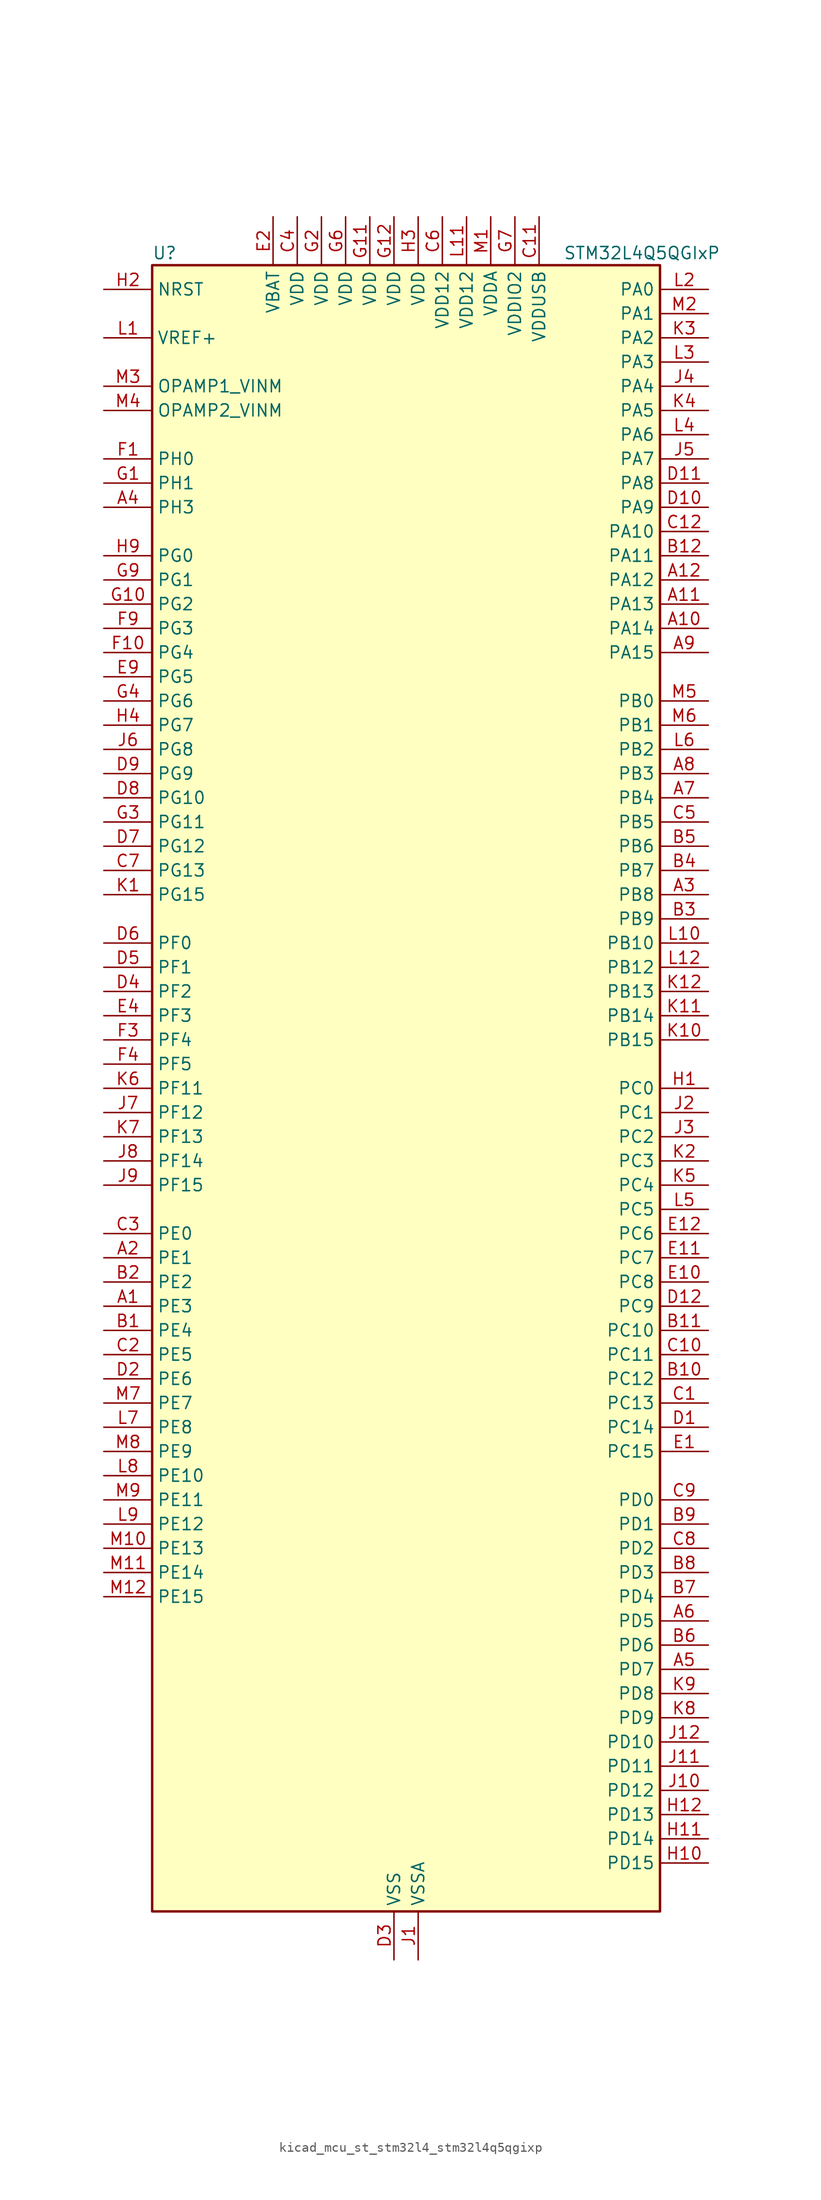
<source format=kicad_sym>
(kicad_symbol_lib
  (version 20220914)
  (generator kicad_symbol_editor)
  (symbol "kicad_mcu_st_stm32l4_stm32l4q5qgixp"
    (property "Reference" "U"
      (at -25.4 87.63 0)
      (effects (font (size 1.27 1.27)) (justify left)))
    (property "Value" "STM32L4Q5QGIxP"
      (at 17.78 87.63 0)
      (effects (font (size 1.27 1.27)) (justify left)))
    (property "ki_locked" ""
      (at 0 0 0)
      (effects (font (size 1.27 1.27))))
    (symbol "kicad_mcu_st_stm32l4_stm32l4q5qgixp_0_1"
      (rectangle (start -25.4 -86.36) (end 27.94 86.36) (stroke (width 0.254) (type default)) (fill (type background))))
    (symbol "kicad_mcu_st_stm32l4_stm32l4q5qgixp_1_1"
      (pin bidirectional line (at -30.48 -22.86 0) (length 5.08) (name "PE3" (effects (font (size 1.27 1.27)))) (number "A1" (effects (font (size 1.27 1.27)))) (alternate "FMC_A19" bidirectional line) (alternate "LTDC_R6" bidirectional line) (alternate "OCTOSPIM_P1_DQS" bidirectional line) (alternate "SAI1_SD_B" bidirectional line) (alternate "SYS_TRACED0" bidirectional line) (alternate "TIM3_CH1" bidirectional line) (alternate "TSC_G7_IO2" bidirectional line))
      (pin bidirectional line (at 33.02 48.26 180) (length 5.08) (name "PA14" (effects (font (size 1.27 1.27)))) (number "A10" (effects (font (size 1.27 1.27)))) (alternate "I2C1_SMBA" bidirectional line) (alternate "I2C4_SMBA" bidirectional line) (alternate "LPTIM1_OUT" bidirectional line) (alternate "SAI1_FS_B" bidirectional line) (alternate "SYS_JTCK-SWCLK" bidirectional line) (alternate "USB_OTG_FS_SOF" bidirectional line))
      (pin bidirectional line (at 33.02 50.8 180) (length 5.08) (name "PA13" (effects (font (size 1.27 1.27)))) (number "A11" (effects (font (size 1.27 1.27)))) (alternate "IR_OUT" bidirectional line) (alternate "SAI1_SD_B" bidirectional line) (alternate "SYS_JTMS-SWDIO" bidirectional line) (alternate "USB_OTG_FS_NOE" bidirectional line))
      (pin bidirectional line (at 33.02 53.34 180) (length 5.08) (name "PA12" (effects (font (size 1.27 1.27)))) (number "A12" (effects (font (size 1.27 1.27)))) (alternate "CAN1_TX" bidirectional line) (alternate "LTDC_VSYNC" bidirectional line) (alternate "OCTOSPIM_P2_NCS" bidirectional line) (alternate "SPI1_MOSI" bidirectional line) (alternate "TIM1_ETR" bidirectional line) (alternate "USART1_DE" bidirectional line) (alternate "USART1_RTS" bidirectional line) (alternate "USB_OTG_FS_DP" bidirectional line))
      (pin bidirectional line (at -30.48 -17.78 0) (length 5.08) (name "PE1" (effects (font (size 1.27 1.27)))) (number "A2" (effects (font (size 1.27 1.27)))) (alternate "DCMI_D3" bidirectional line) (alternate "FMC_NBL1" bidirectional line) (alternate "LTDC_VSYNC" bidirectional line) (alternate "PSSI_D3" bidirectional line) (alternate "TIM17_CH1" bidirectional line))
      (pin bidirectional line (at 33.02 20.32 180) (length 5.08) (name "PB8" (effects (font (size 1.27 1.27)))) (number "A3" (effects (font (size 1.27 1.27)))) (alternate "CAN1_RX" bidirectional line) (alternate "DCMI_D6" bidirectional line) (alternate "DFSDM1_CKOUT" bidirectional line) (alternate "I2C1_SCL" bidirectional line) (alternate "LTDC_DE" bidirectional line) (alternate "PSSI_D6" bidirectional line) (alternate "SAI1_CK1" bidirectional line) (alternate "SAI1_MCLK_A" bidirectional line) (alternate "SDMMC1_CKIN" bidirectional line) (alternate "SDMMC1_D4" bidirectional line) (alternate "SDMMC2_D4" bidirectional line) (alternate "TIM16_CH1" bidirectional line) (alternate "TIM4_CH3" bidirectional line))
      (pin bidirectional line (at -30.48 60.96 0) (length 5.08) (name "PH3" (effects (font (size 1.27 1.27)))) (number "A4" (effects (font (size 1.27 1.27)))))
      (pin bidirectional line (at 33.02 -60.96 180) (length 5.08) (name "PD7" (effects (font (size 1.27 1.27)))) (number "A5" (effects (font (size 1.27 1.27)))) (alternate "DFSDM1_CKIN1" bidirectional line) (alternate "FMC_NCE" bidirectional line) (alternate "FMC_NE1" bidirectional line) (alternate "OCTOSPIM_P1_IO7" bidirectional line) (alternate "SDMMC2_CMD" bidirectional line) (alternate "USART2_CK" bidirectional line))
      (pin bidirectional line (at 33.02 -55.88 180) (length 5.08) (name "PD5" (effects (font (size 1.27 1.27)))) (number "A6" (effects (font (size 1.27 1.27)))) (alternate "FMC_NWE" bidirectional line) (alternate "OCTOSPIM_P1_IO5" bidirectional line) (alternate "USART2_TX" bidirectional line))
      (pin bidirectional line (at 33.02 30.48 180) (length 5.08) (name "PB4" (effects (font (size 1.27 1.27)))) (number "A7" (effects (font (size 1.27 1.27)))) (alternate "COMP2_INP" bidirectional line) (alternate "DCMI_D12" bidirectional line) (alternate "I2C3_SDA" bidirectional line) (alternate "OCTOSPIM_P1_IO5" bidirectional line) (alternate "PSSI_D12" bidirectional line) (alternate "SAI1_MCLK_B" bidirectional line) (alternate "SDMMC2_D3" bidirectional line) (alternate "SPI1_MISO" bidirectional line) (alternate "SPI3_MISO" bidirectional line) (alternate "SYS_JTRST" bidirectional line) (alternate "TIM17_BKIN" bidirectional line) (alternate "TIM3_CH1" bidirectional line) (alternate "TSC_G2_IO1" bidirectional line) (alternate "UART5_DE" bidirectional line) (alternate "UART5_RTS" bidirectional line) (alternate "USART1_CTS" bidirectional line) (alternate "USART1_NSS" bidirectional line))
      (pin bidirectional line (at 33.02 33.02 180) (length 5.08) (name "PB3" (effects (font (size 1.27 1.27)))) (number "A8" (effects (font (size 1.27 1.27)))) (alternate "COMP2_INM" bidirectional line) (alternate "CRS_SYNC" bidirectional line) (alternate "OCTOSPIM_P1_IO4" bidirectional line) (alternate "SAI1_SCK_B" bidirectional line) (alternate "SDMMC2_D2" bidirectional line) (alternate "SPI1_SCK" bidirectional line) (alternate "SPI3_SCK" bidirectional line) (alternate "SYS_JTDO-SWO" bidirectional line) (alternate "TIM2_CH2" bidirectional line) (alternate "USART1_DE" bidirectional line) (alternate "USART1_RTS" bidirectional line))
      (pin bidirectional line (at 33.02 45.72 180) (length 5.08) (name "PA15" (effects (font (size 1.27 1.27)))) (number "A9" (effects (font (size 1.27 1.27)))) (alternate "ADC1_EXTI15" bidirectional line) (alternate "ADC2_EXTI15" bidirectional line) (alternate "LTDC_HSYNC" bidirectional line) (alternate "SAI2_FS_B" bidirectional line) (alternate "SPI1_NSS" bidirectional line) (alternate "SPI3_NSS" bidirectional line) (alternate "SYS_JTDI" bidirectional line) (alternate "TIM2_CH1" bidirectional line) (alternate "TIM2_ETR" bidirectional line) (alternate "TSC_G3_IO1" bidirectional line) (alternate "UART4_DE" bidirectional line) (alternate "UART4_RTS" bidirectional line) (alternate "USART2_RX" bidirectional line) (alternate "USART3_DE" bidirectional line) (alternate "USART3_RTS" bidirectional line))
      (pin bidirectional line (at -30.48 -25.4 0) (length 5.08) (name "PE4" (effects (font (size 1.27 1.27)))) (number "B1" (effects (font (size 1.27 1.27)))) (alternate "DCMI_D4" bidirectional line) (alternate "DFSDM1_DATIN3" bidirectional line) (alternate "FMC_A20" bidirectional line) (alternate "LTDC_B7" bidirectional line) (alternate "PSSI_D4" bidirectional line) (alternate "SAI1_D2" bidirectional line) (alternate "SAI1_FS_A" bidirectional line) (alternate "SYS_TRACED1" bidirectional line) (alternate "TIM3_CH2" bidirectional line) (alternate "TSC_G7_IO3" bidirectional line))
      (pin bidirectional line (at 33.02 -30.48 180) (length 5.08) (name "PC12" (effects (font (size 1.27 1.27)))) (number "B10" (effects (font (size 1.27 1.27)))) (alternate "DCMI_D9" bidirectional line) (alternate "LTDC_R6" bidirectional line) (alternate "PSSI_D9" bidirectional line) (alternate "SAI2_SD_B" bidirectional line) (alternate "SDMMC1_CK" bidirectional line) (alternate "SPI3_MOSI" bidirectional line) (alternate "SYS_TRACED3" bidirectional line) (alternate "TSC_G3_IO4" bidirectional line) (alternate "UART5_TX" bidirectional line) (alternate "USART3_CK" bidirectional line))
      (pin bidirectional line (at 33.02 -25.4 180) (length 5.08) (name "PC10" (effects (font (size 1.27 1.27)))) (number "B11" (effects (font (size 1.27 1.27)))) (alternate "DCMI_D8" bidirectional line) (alternate "DCMI_VSYNC" bidirectional line) (alternate "PSSI_D8" bidirectional line) (alternate "PSSI_RDY" bidirectional line) (alternate "SAI2_SCK_B" bidirectional line) (alternate "SDMMC1_D2" bidirectional line) (alternate "SPI3_SCK" bidirectional line) (alternate "SYS_TRACED1" bidirectional line) (alternate "TSC_G3_IO2" bidirectional line) (alternate "UART4_TX" bidirectional line) (alternate "USART3_TX" bidirectional line))
      (pin bidirectional line (at 33.02 55.88 180) (length 5.08) (name "PA11" (effects (font (size 1.27 1.27)))) (number "B12" (effects (font (size 1.27 1.27)))) (alternate "ADC1_EXTI11" bidirectional line) (alternate "ADC2_EXTI11" bidirectional line) (alternate "CAN1_RX" bidirectional line) (alternate "LTDC_DE" bidirectional line) (alternate "SPI1_MISO" bidirectional line) (alternate "TIM1_BKIN2" bidirectional line) (alternate "TIM1_CH4" bidirectional line) (alternate "USART1_CTS" bidirectional line) (alternate "USART1_NSS" bidirectional line) (alternate "USB_OTG_FS_DM" bidirectional line))
      (pin bidirectional line (at -30.48 -20.32 0) (length 5.08) (name "PE2" (effects (font (size 1.27 1.27)))) (number "B2" (effects (font (size 1.27 1.27)))) (alternate "FMC_A23" bidirectional line) (alternate "LTDC_R7" bidirectional line) (alternate "SAI1_CK1" bidirectional line) (alternate "SAI1_MCLK_A" bidirectional line) (alternate "SYS_TRACECLK" bidirectional line) (alternate "TIM3_ETR" bidirectional line) (alternate "TSC_G7_IO1" bidirectional line))
      (pin bidirectional line (at 33.02 17.78 180) (length 5.08) (name "PB9" (effects (font (size 1.27 1.27)))) (number "B3" (effects (font (size 1.27 1.27)))) (alternate "CAN1_TX" bidirectional line) (alternate "DAC1_EXTI9" bidirectional line) (alternate "DCMI_D7" bidirectional line) (alternate "I2C1_SDA" bidirectional line) (alternate "IR_OUT" bidirectional line) (alternate "PSSI_D7" bidirectional line) (alternate "SAI1_D2" bidirectional line) (alternate "SAI1_FS_A" bidirectional line) (alternate "SDMMC1_CDIR" bidirectional line) (alternate "SDMMC1_D5" bidirectional line) (alternate "SDMMC2_D5" bidirectional line) (alternate "SPI2_NSS" bidirectional line) (alternate "TIM17_CH1" bidirectional line) (alternate "TIM4_CH4" bidirectional line))
      (pin bidirectional line (at 33.02 22.86 180) (length 5.08) (name "PB7" (effects (font (size 1.27 1.27)))) (number "B4" (effects (font (size 1.27 1.27)))) (alternate "COMP2_INM" bidirectional line) (alternate "DCMI_VSYNC" bidirectional line) (alternate "FMC_NL" bidirectional line) (alternate "I2C1_SDA" bidirectional line) (alternate "I2C4_SDA" bidirectional line) (alternate "LPTIM1_IN2" bidirectional line) (alternate "LTDC_VSYNC" bidirectional line) (alternate "PSSI_RDY" bidirectional line) (alternate "SYS_PVD_IN" bidirectional line) (alternate "TIM17_CH1N" bidirectional line) (alternate "TIM4_CH2" bidirectional line) (alternate "TIM8_BKIN" bidirectional line) (alternate "TSC_G2_IO4" bidirectional line) (alternate "UART4_CTS" bidirectional line) (alternate "USART1_RX" bidirectional line))
      (pin bidirectional line (at 33.02 25.4 180) (length 5.08) (name "PB6" (effects (font (size 1.27 1.27)))) (number "B5" (effects (font (size 1.27 1.27)))) (alternate "COMP2_INP" bidirectional line) (alternate "DCMI_D5" bidirectional line) (alternate "I2C1_SCL" bidirectional line) (alternate "I2C4_SCL" bidirectional line) (alternate "LPTIM1_ETR" bidirectional line) (alternate "LTDC_R6" bidirectional line) (alternate "PSSI_D5" bidirectional line) (alternate "SAI1_FS_B" bidirectional line) (alternate "TIM16_CH1N" bidirectional line) (alternate "TIM4_CH1" bidirectional line) (alternate "TIM8_BKIN2" bidirectional line) (alternate "TSC_G2_IO3" bidirectional line) (alternate "USART1_TX" bidirectional line))
      (pin bidirectional line (at 33.02 -58.42 180) (length 5.08) (name "PD6" (effects (font (size 1.27 1.27)))) (number "B6" (effects (font (size 1.27 1.27)))) (alternate "DCMI_D10" bidirectional line) (alternate "DFSDM1_DATIN1" bidirectional line) (alternate "FMC_NWAIT" bidirectional line) (alternate "LTDC_DE" bidirectional line) (alternate "OCTOSPIM_P1_IO6" bidirectional line) (alternate "PSSI_D10" bidirectional line) (alternate "SAI1_D1" bidirectional line) (alternate "SAI1_SD_A" bidirectional line) (alternate "SDMMC2_CK" bidirectional line) (alternate "SPI3_MOSI" bidirectional line) (alternate "USART2_RX" bidirectional line))
      (pin bidirectional line (at 33.02 -53.34 180) (length 5.08) (name "PD4" (effects (font (size 1.27 1.27)))) (number "B7" (effects (font (size 1.27 1.27)))) (alternate "DFSDM1_CKIN0" bidirectional line) (alternate "FMC_NOE" bidirectional line) (alternate "OCTOSPIM_P1_IO4" bidirectional line) (alternate "SDMMC2_CKIN" bidirectional line) (alternate "SPI2_MOSI" bidirectional line) (alternate "USART2_DE" bidirectional line) (alternate "USART2_RTS" bidirectional line))
      (pin bidirectional line (at 33.02 -50.8 180) (length 5.08) (name "PD3" (effects (font (size 1.27 1.27)))) (number "B8" (effects (font (size 1.27 1.27)))) (alternate "DCMI_D5" bidirectional line) (alternate "DFSDM1_DATIN0" bidirectional line) (alternate "FMC_CLK" bidirectional line) (alternate "LTDC_CLK" bidirectional line) (alternate "OCTOSPIM_P2_NCS" bidirectional line) (alternate "PSSI_D5" bidirectional line) (alternate "SPI2_MISO" bidirectional line) (alternate "SPI2_SCK" bidirectional line) (alternate "USART2_CTS" bidirectional line) (alternate "USART2_NSS" bidirectional line))
      (pin bidirectional line (at 33.02 -45.72 180) (length 5.08) (name "PD1" (effects (font (size 1.27 1.27)))) (number "B9" (effects (font (size 1.27 1.27)))) (alternate "CAN1_TX" bidirectional line) (alternate "FMC_D3" bidirectional line) (alternate "FMC_DA3" bidirectional line) (alternate "LTDC_B5" bidirectional line) (alternate "SPI2_SCK" bidirectional line))
      (pin bidirectional line (at 33.02 -33.02 180) (length 5.08) (name "PC13" (effects (font (size 1.27 1.27)))) (number "C1" (effects (font (size 1.27 1.27)))) (alternate "RTC_OUT1" bidirectional line) (alternate "RTC_TAMP1" bidirectional line) (alternate "RTC_TS" bidirectional line) (alternate "SYS_WKUP2" bidirectional line))
      (pin bidirectional line (at 33.02 -27.94 180) (length 5.08) (name "PC11" (effects (font (size 1.27 1.27)))) (number "C10" (effects (font (size 1.27 1.27)))) (alternate "ADC1_EXTI11" bidirectional line) (alternate "ADC2_EXTI11" bidirectional line) (alternate "DCMI_D2" bidirectional line) (alternate "DCMI_D4" bidirectional line) (alternate "OCTOSPIM_P1_NCS" bidirectional line) (alternate "PSSI_D2" bidirectional line) (alternate "PSSI_D4" bidirectional line) (alternate "SAI2_MCLK_B" bidirectional line) (alternate "SDMMC1_D3" bidirectional line) (alternate "SPI3_MISO" bidirectional line) (alternate "TSC_G3_IO3" bidirectional line) (alternate "UART4_RX" bidirectional line) (alternate "USART3_RX" bidirectional line))
      (pin power_in line (at 15.24 91.44 270) (length 5.08) (name "VDDUSB" (effects (font (size 1.27 1.27)))) (number "C11" (effects (font (size 1.27 1.27)))))
      (pin bidirectional line (at 33.02 58.42 180) (length 5.08) (name "PA10" (effects (font (size 1.27 1.27)))) (number "C12" (effects (font (size 1.27 1.27)))) (alternate "DCMI_D1" bidirectional line) (alternate "LTDC_G6" bidirectional line) (alternate "PSSI_D1" bidirectional line) (alternate "SAI1_D1" bidirectional line) (alternate "SAI1_SD_A" bidirectional line) (alternate "TIM17_BKIN" bidirectional line) (alternate "TIM1_CH3" bidirectional line) (alternate "USART1_RX" bidirectional line) (alternate "USB_OTG_FS_ID" bidirectional line))
      (pin bidirectional line (at -30.48 -27.94 0) (length 5.08) (name "PE5" (effects (font (size 1.27 1.27)))) (number "C2" (effects (font (size 1.27 1.27)))) (alternate "DCMI_D6" bidirectional line) (alternate "DFSDM1_CKIN3" bidirectional line) (alternate "FMC_A21" bidirectional line) (alternate "LTDC_G7" bidirectional line) (alternate "PSSI_D6" bidirectional line) (alternate "SAI1_CK2" bidirectional line) (alternate "SAI1_SCK_A" bidirectional line) (alternate "SYS_TRACED2" bidirectional line) (alternate "TIM3_CH3" bidirectional line) (alternate "TSC_G7_IO4" bidirectional line))
      (pin bidirectional line (at -30.48 -15.24 0) (length 5.08) (name "PE0" (effects (font (size 1.27 1.27)))) (number "C3" (effects (font (size 1.27 1.27)))) (alternate "DCMI_D2" bidirectional line) (alternate "FMC_NBL0" bidirectional line) (alternate "LTDC_HSYNC" bidirectional line) (alternate "PSSI_D2" bidirectional line) (alternate "TIM16_CH1" bidirectional line) (alternate "TIM4_ETR" bidirectional line))
      (pin power_in line (at -10.16 91.44 270) (length 5.08) (name "VDD" (effects (font (size 1.27 1.27)))) (number "C4" (effects (font (size 1.27 1.27)))))
      (pin bidirectional line (at 33.02 27.94 180) (length 5.08) (name "PB5" (effects (font (size 1.27 1.27)))) (number "C5" (effects (font (size 1.27 1.27)))) (alternate "COMP2_OUT" bidirectional line) (alternate "DCMI_D10" bidirectional line) (alternate "I2C1_SMBA" bidirectional line) (alternate "LPTIM1_IN1" bidirectional line) (alternate "OCTOSPIM_P1_IO0" bidirectional line) (alternate "PSSI_D10" bidirectional line) (alternate "SAI1_SD_B" bidirectional line) (alternate "SPI1_MOSI" bidirectional line) (alternate "SPI3_MOSI" bidirectional line) (alternate "TIM16_BKIN" bidirectional line) (alternate "TIM3_CH2" bidirectional line) (alternate "TSC_G2_IO2" bidirectional line) (alternate "UART5_CTS" bidirectional line) (alternate "USART1_CK" bidirectional line))
      (pin power_in line (at 5.08 91.44 270) (length 5.08) (name "VDD12" (effects (font (size 1.27 1.27)))) (number "C6" (effects (font (size 1.27 1.27)))))
      (pin bidirectional line (at -30.48 22.86 0) (length 5.08) (name "PG13" (effects (font (size 1.27 1.27)))) (number "C7" (effects (font (size 1.27 1.27)))) (alternate "FMC_A24" bidirectional line) (alternate "I2C1_SDA" bidirectional line) (alternate "LTDC_R0" bidirectional line) (alternate "USART1_CK" bidirectional line))
      (pin bidirectional line (at 33.02 -48.26 180) (length 5.08) (name "PD2" (effects (font (size 1.27 1.27)))) (number "C8" (effects (font (size 1.27 1.27)))) (alternate "DCMI_D11" bidirectional line) (alternate "PSSI_D11" bidirectional line) (alternate "SDMMC1_CMD" bidirectional line) (alternate "SYS_TRACED2" bidirectional line) (alternate "TIM3_ETR" bidirectional line) (alternate "TSC_SYNC" bidirectional line) (alternate "UART5_RX" bidirectional line) (alternate "USART3_DE" bidirectional line) (alternate "USART3_RTS" bidirectional line))
      (pin bidirectional line (at 33.02 -43.18 180) (length 5.08) (name "PD0" (effects (font (size 1.27 1.27)))) (number "C9" (effects (font (size 1.27 1.27)))) (alternate "CAN1_RX" bidirectional line) (alternate "FMC_D2" bidirectional line) (alternate "FMC_DA2" bidirectional line) (alternate "LTDC_B4" bidirectional line) (alternate "SPI2_NSS" bidirectional line))
      (pin bidirectional line (at 33.02 -35.56 180) (length 5.08) (name "PC14" (effects (font (size 1.27 1.27)))) (number "D1" (effects (font (size 1.27 1.27)))) (alternate "RCC_OSC32_IN" bidirectional line))
      (pin bidirectional line (at 33.02 60.96 180) (length 5.08) (name "PA9" (effects (font (size 1.27 1.27)))) (number "D10" (effects (font (size 1.27 1.27)))) (alternate "DAC1_EXTI9" bidirectional line) (alternate "DCMI_D0" bidirectional line) (alternate "LTDC_G7" bidirectional line) (alternate "PSSI_D0" bidirectional line) (alternate "SAI1_FS_A" bidirectional line) (alternate "SPI2_SCK" bidirectional line) (alternate "TIM15_BKIN" bidirectional line) (alternate "TIM1_CH2" bidirectional line) (alternate "USART1_TX" bidirectional line) (alternate "USB_OTG_FS_VBUS" bidirectional line))
      (pin bidirectional line (at 33.02 63.5 180) (length 5.08) (name "PA8" (effects (font (size 1.27 1.27)))) (number "D11" (effects (font (size 1.27 1.27)))) (alternate "LPTIM2_OUT" bidirectional line) (alternate "LTDC_B7" bidirectional line) (alternate "RCC_MCO" bidirectional line) (alternate "SAI1_CK2" bidirectional line) (alternate "SAI1_SCK_A" bidirectional line) (alternate "TIM1_CH1" bidirectional line) (alternate "USART1_CK" bidirectional line) (alternate "USB_OTG_FS_SOF" bidirectional line))
      (pin bidirectional line (at 33.02 -22.86 180) (length 5.08) (name "PC9" (effects (font (size 1.27 1.27)))) (number "D12" (effects (font (size 1.27 1.27)))) (alternate "DAC1_EXTI9" bidirectional line) (alternate "DCMI_D3" bidirectional line) (alternate "I2C3_SDA" bidirectional line) (alternate "PSSI_D3" bidirectional line) (alternate "SAI2_EXTCLK" bidirectional line) (alternate "SDMMC1_D1" bidirectional line) (alternate "SYS_TRACED0" bidirectional line) (alternate "TIM3_CH4" bidirectional line) (alternate "TIM8_BKIN2" bidirectional line) (alternate "TIM8_CH4" bidirectional line) (alternate "TSC_G4_IO4" bidirectional line) (alternate "USB_OTG_FS_NOE" bidirectional line))
      (pin bidirectional line (at -30.48 -30.48 0) (length 5.08) (name "PE6" (effects (font (size 1.27 1.27)))) (number "D2" (effects (font (size 1.27 1.27)))) (alternate "DCMI_D7" bidirectional line) (alternate "FMC_A22" bidirectional line) (alternate "LTDC_G6" bidirectional line) (alternate "PSSI_D7" bidirectional line) (alternate "RTC_TAMP3" bidirectional line) (alternate "SAI1_D1" bidirectional line) (alternate "SAI1_SD_A" bidirectional line) (alternate "SYS_TRACED3" bidirectional line) (alternate "SYS_WKUP3" bidirectional line) (alternate "TIM3_CH4" bidirectional line))
      (pin power_in line (at 0 -91.44 90) (length 5.08) (name "VSS" (effects (font (size 1.27 1.27)))) (number "D3" (effects (font (size 1.27 1.27)))))
      (pin bidirectional line (at -30.48 10.16 0) (length 5.08) (name "PF2" (effects (font (size 1.27 1.27)))) (number "D4" (effects (font (size 1.27 1.27)))) (alternate "FMC_A2" bidirectional line) (alternate "I2C2_SMBA" bidirectional line) (alternate "OCTOSPIM_P2_IO2" bidirectional line))
      (pin bidirectional line (at -30.48 12.7 0) (length 5.08) (name "PF1" (effects (font (size 1.27 1.27)))) (number "D5" (effects (font (size 1.27 1.27)))) (alternate "FMC_A1" bidirectional line) (alternate "I2C2_SCL" bidirectional line) (alternate "OCTOSPIM_P2_IO1" bidirectional line))
      (pin bidirectional line (at -30.48 15.24 0) (length 5.08) (name "PF0" (effects (font (size 1.27 1.27)))) (number "D6" (effects (font (size 1.27 1.27)))) (alternate "FMC_A0" bidirectional line) (alternate "I2C2_SDA" bidirectional line) (alternate "OCTOSPIM_P2_IO0" bidirectional line))
      (pin bidirectional line (at -30.48 25.4 0) (length 5.08) (name "PG12" (effects (font (size 1.27 1.27)))) (number "D7" (effects (font (size 1.27 1.27)))) (alternate "FMC_NE4" bidirectional line) (alternate "LPTIM1_ETR" bidirectional line) (alternate "OCTOSPIM_P2_NCS" bidirectional line) (alternate "SAI2_SD_A" bidirectional line) (alternate "SDMMC2_D3" bidirectional line) (alternate "SPI3_NSS" bidirectional line) (alternate "USART1_DE" bidirectional line) (alternate "USART1_RTS" bidirectional line))
      (pin bidirectional line (at -30.48 30.48 0) (length 5.08) (name "PG10" (effects (font (size 1.27 1.27)))) (number "D8" (effects (font (size 1.27 1.27)))) (alternate "FMC_NE3" bidirectional line) (alternate "LPTIM1_IN1" bidirectional line) (alternate "OCTOSPIM_P2_IO7" bidirectional line) (alternate "SAI2_FS_A" bidirectional line) (alternate "SDMMC2_D1" bidirectional line) (alternate "SPI3_MISO" bidirectional line) (alternate "TIM15_CH1" bidirectional line) (alternate "USART1_RX" bidirectional line))
      (pin bidirectional line (at -30.48 33.02 0) (length 5.08) (name "PG9" (effects (font (size 1.27 1.27)))) (number "D9" (effects (font (size 1.27 1.27)))) (alternate "DAC1_EXTI9" bidirectional line) (alternate "FMC_NCE" bidirectional line) (alternate "FMC_NE2" bidirectional line) (alternate "OCTOSPIM_P2_IO6" bidirectional line) (alternate "SAI2_SCK_A" bidirectional line) (alternate "SDMMC2_D0" bidirectional line) (alternate "SPI3_SCK" bidirectional line) (alternate "TIM15_CH1N" bidirectional line) (alternate "USART1_TX" bidirectional line))
      (pin bidirectional line (at 33.02 -38.1 180) (length 5.08) (name "PC15" (effects (font (size 1.27 1.27)))) (number "E1" (effects (font (size 1.27 1.27)))) (alternate "ADC1_EXTI15" bidirectional line) (alternate "ADC2_EXTI15" bidirectional line) (alternate "RCC_OSC32_OUT" bidirectional line))
      (pin bidirectional line (at 33.02 -20.32 180) (length 5.08) (name "PC8" (effects (font (size 1.27 1.27)))) (number "E10" (effects (font (size 1.27 1.27)))) (alternate "DCMI_D2" bidirectional line) (alternate "PSSI_D2" bidirectional line) (alternate "SDMMC1_D0" bidirectional line) (alternate "TIM3_CH3" bidirectional line) (alternate "TIM8_CH3" bidirectional line) (alternate "TSC_G4_IO3" bidirectional line))
      (pin bidirectional line (at 33.02 -17.78 180) (length 5.08) (name "PC7" (effects (font (size 1.27 1.27)))) (number "E11" (effects (font (size 1.27 1.27)))) (alternate "DCMI_D1" bidirectional line) (alternate "DFSDM1_DATIN3" bidirectional line) (alternate "LTDC_B6" bidirectional line) (alternate "PSSI_D1" bidirectional line) (alternate "SAI2_MCLK_B" bidirectional line) (alternate "SDMMC1_D123DIR" bidirectional line) (alternate "SDMMC1_D7" bidirectional line) (alternate "SDMMC2_D7" bidirectional line) (alternate "TIM3_CH2" bidirectional line) (alternate "TIM8_CH2" bidirectional line) (alternate "TSC_G4_IO2" bidirectional line))
      (pin bidirectional line (at 33.02 -15.24 180) (length 5.08) (name "PC6" (effects (font (size 1.27 1.27)))) (number "E12" (effects (font (size 1.27 1.27)))) (alternate "DCMI_D0" bidirectional line) (alternate "DFSDM1_CKIN3" bidirectional line) (alternate "LTDC_G7" bidirectional line) (alternate "PSSI_D0" bidirectional line) (alternate "SAI2_MCLK_A" bidirectional line) (alternate "SDMMC1_D0DIR" bidirectional line) (alternate "SDMMC1_D6" bidirectional line) (alternate "SDMMC2_D6" bidirectional line) (alternate "TIM3_CH1" bidirectional line) (alternate "TIM8_CH1" bidirectional line) (alternate "TSC_G4_IO1" bidirectional line))
      (pin power_in line (at -12.7 91.44 270) (length 5.08) (name "VBAT" (effects (font (size 1.27 1.27)))) (number "E2" (effects (font (size 1.27 1.27)))))
      (pin passive line (at 0 -91.44 90) (length 5.08) hide (name "VSS" (effects (font (size 1.27 1.27)))) (number "E3" (effects (font (size 1.27 1.27)))))
      (pin bidirectional line (at -30.48 7.62 0) (length 5.08) (name "PF3" (effects (font (size 1.27 1.27)))) (number "E4" (effects (font (size 1.27 1.27)))) (alternate "FMC_A3" bidirectional line) (alternate "OCTOSPIM_P2_IO3" bidirectional line))
      (pin bidirectional line (at -30.48 43.18 0) (length 5.08) (name "PG5" (effects (font (size 1.27 1.27)))) (number "E9" (effects (font (size 1.27 1.27)))) (alternate "FMC_A15" bidirectional line) (alternate "LPUART1_CTS" bidirectional line) (alternate "SAI2_SD_B" bidirectional line) (alternate "SDMMC2_D7" bidirectional line) (alternate "SPI1_NSS" bidirectional line))
      (pin bidirectional line (at -30.48 66.04 0) (length 5.08) (name "PH0" (effects (font (size 1.27 1.27)))) (number "F1" (effects (font (size 1.27 1.27)))) (alternate "RCC_OSC_IN" bidirectional line))
      (pin bidirectional line (at -30.48 45.72 0) (length 5.08) (name "PG4" (effects (font (size 1.27 1.27)))) (number "F10" (effects (font (size 1.27 1.27)))) (alternate "FMC_A14" bidirectional line) (alternate "SAI2_MCLK_B" bidirectional line) (alternate "SDMMC2_D6" bidirectional line) (alternate "SPI1_MOSI" bidirectional line))
      (pin passive line (at 0 -91.44 90) (length 5.08) hide (name "VSS" (effects (font (size 1.27 1.27)))) (number "F11" (effects (font (size 1.27 1.27)))))
      (pin passive line (at 0 -91.44 90) (length 5.08) hide (name "VSS" (effects (font (size 1.27 1.27)))) (number "F12" (effects (font (size 1.27 1.27)))))
      (pin passive line (at 0 -91.44 90) (length 5.08) hide (name "VSS" (effects (font (size 1.27 1.27)))) (number "F2" (effects (font (size 1.27 1.27)))))
      (pin bidirectional line (at -30.48 5.08 0) (length 5.08) (name "PF4" (effects (font (size 1.27 1.27)))) (number "F3" (effects (font (size 1.27 1.27)))) (alternate "FMC_A4" bidirectional line) (alternate "OCTOSPIM_P2_CLK" bidirectional line))
      (pin bidirectional line (at -30.48 2.54 0) (length 5.08) (name "PF5" (effects (font (size 1.27 1.27)))) (number "F4" (effects (font (size 1.27 1.27)))) (alternate "FMC_A5" bidirectional line) (alternate "OCTOSPIM_P2_NCLK" bidirectional line))
      (pin passive line (at 0 -91.44 90) (length 5.08) hide (name "VSS" (effects (font (size 1.27 1.27)))) (number "F6" (effects (font (size 1.27 1.27)))))
      (pin passive line (at 0 -91.44 90) (length 5.08) hide (name "VSS" (effects (font (size 1.27 1.27)))) (number "F7" (effects (font (size 1.27 1.27)))))
      (pin bidirectional line (at -30.48 48.26 0) (length 5.08) (name "PG3" (effects (font (size 1.27 1.27)))) (number "F9" (effects (font (size 1.27 1.27)))) (alternate "FMC_A13" bidirectional line) (alternate "SAI2_FS_B" bidirectional line) (alternate "SDMMC2_D5" bidirectional line) (alternate "SPI1_MISO" bidirectional line))
      (pin bidirectional line (at -30.48 63.5 0) (length 5.08) (name "PH1" (effects (font (size 1.27 1.27)))) (number "G1" (effects (font (size 1.27 1.27)))) (alternate "RCC_OSC_OUT" bidirectional line))
      (pin bidirectional line (at -30.48 50.8 0) (length 5.08) (name "PG2" (effects (font (size 1.27 1.27)))) (number "G10" (effects (font (size 1.27 1.27)))) (alternate "FMC_A12" bidirectional line) (alternate "SAI2_SCK_B" bidirectional line) (alternate "SDMMC2_D4" bidirectional line) (alternate "SPI1_SCK" bidirectional line))
      (pin power_in line (at -2.54 91.44 270) (length 5.08) (name "VDD" (effects (font (size 1.27 1.27)))) (number "G11" (effects (font (size 1.27 1.27)))))
      (pin power_in line (at 0 91.44 270) (length 5.08) (name "VDD" (effects (font (size 1.27 1.27)))) (number "G12" (effects (font (size 1.27 1.27)))))
      (pin power_in line (at -7.62 91.44 270) (length 5.08) (name "VDD" (effects (font (size 1.27 1.27)))) (number "G2" (effects (font (size 1.27 1.27)))))
      (pin bidirectional line (at -30.48 27.94 0) (length 5.08) (name "PG11" (effects (font (size 1.27 1.27)))) (number "G3" (effects (font (size 1.27 1.27)))) (alternate "ADC1_EXTI11" bidirectional line) (alternate "ADC2_EXTI11" bidirectional line) (alternate "LPTIM1_IN2" bidirectional line) (alternate "OCTOSPIM_P1_IO5" bidirectional line) (alternate "SAI2_MCLK_A" bidirectional line) (alternate "SDMMC2_D2" bidirectional line) (alternate "SPI3_MOSI" bidirectional line) (alternate "TIM15_CH2" bidirectional line) (alternate "USART1_CTS" bidirectional line) (alternate "USART1_NSS" bidirectional line))
      (pin bidirectional line (at -30.48 40.64 0) (length 5.08) (name "PG6" (effects (font (size 1.27 1.27)))) (number "G4" (effects (font (size 1.27 1.27)))) (alternate "I2C3_SMBA" bidirectional line) (alternate "LPUART1_DE" bidirectional line) (alternate "LPUART1_RTS" bidirectional line) (alternate "LTDC_R1" bidirectional line) (alternate "OCTOSPIM_P1_DQS" bidirectional line))
      (pin power_in line (at -5.08 91.44 270) (length 5.08) (name "VDD" (effects (font (size 1.27 1.27)))) (number "G6" (effects (font (size 1.27 1.27)))))
      (pin power_in line (at 12.7 91.44 270) (length 5.08) (name "VDDIO2" (effects (font (size 1.27 1.27)))) (number "G7" (effects (font (size 1.27 1.27)))))
      (pin bidirectional line (at -30.48 53.34 0) (length 5.08) (name "PG1" (effects (font (size 1.27 1.27)))) (number "G9" (effects (font (size 1.27 1.27)))) (alternate "FMC_A11" bidirectional line) (alternate "OCTOSPIM_P2_IO5" bidirectional line) (alternate "TSC_G8_IO4" bidirectional line))
      (pin bidirectional line (at 33.02 0 180) (length 5.08) (name "PC0" (effects (font (size 1.27 1.27)))) (number "H1" (effects (font (size 1.27 1.27)))) (alternate "ADC1_IN1" bidirectional line) (alternate "ADC2_IN1" bidirectional line) (alternate "I2C3_SCL" bidirectional line) (alternate "LPTIM1_IN1" bidirectional line) (alternate "LPTIM2_IN1" bidirectional line) (alternate "LPUART1_RX" bidirectional line) (alternate "LTDC_DE" bidirectional line) (alternate "SAI2_FS_A" bidirectional line) (alternate "SDMMC1_CMD" bidirectional line) (alternate "SDMMC2_CKIN" bidirectional line))
      (pin bidirectional line (at 33.02 -81.28 180) (length 5.08) (name "PD15" (effects (font (size 1.27 1.27)))) (number "H10" (effects (font (size 1.27 1.27)))) (alternate "ADC1_EXTI15" bidirectional line) (alternate "ADC2_EXTI15" bidirectional line) (alternate "FMC_D1" bidirectional line) (alternate "FMC_DA1" bidirectional line) (alternate "LTDC_B3" bidirectional line) (alternate "TIM4_CH4" bidirectional line))
      (pin bidirectional line (at 33.02 -78.74 180) (length 5.08) (name "PD14" (effects (font (size 1.27 1.27)))) (number "H11" (effects (font (size 1.27 1.27)))) (alternate "FMC_D0" bidirectional line) (alternate "FMC_DA0" bidirectional line) (alternate "LTDC_B2" bidirectional line) (alternate "TIM4_CH3" bidirectional line))
      (pin bidirectional line (at 33.02 -76.2 180) (length 5.08) (name "PD13" (effects (font (size 1.27 1.27)))) (number "H12" (effects (font (size 1.27 1.27)))) (alternate "FMC_A18" bidirectional line) (alternate "I2C4_SDA" bidirectional line) (alternate "LPTIM2_OUT" bidirectional line) (alternate "TIM4_CH2" bidirectional line) (alternate "TSC_G6_IO4" bidirectional line))
      (pin input line (at -30.48 83.82 0) (length 5.08) (name "NRST" (effects (font (size 1.27 1.27)))) (number "H2" (effects (font (size 1.27 1.27)))))
      (pin power_in line (at 2.54 91.44 270) (length 5.08) (name "VDD" (effects (font (size 1.27 1.27)))) (number "H3" (effects (font (size 1.27 1.27)))))
      (pin bidirectional line (at -30.48 38.1 0) (length 5.08) (name "PG7" (effects (font (size 1.27 1.27)))) (number "H4" (effects (font (size 1.27 1.27)))) (alternate "DFSDM1_CKOUT" bidirectional line) (alternate "FMC_INT" bidirectional line) (alternate "I2C3_SCL" bidirectional line) (alternate "LPUART1_TX" bidirectional line) (alternate "OCTOSPIM_P2_DQS" bidirectional line) (alternate "SAI1_CK1" bidirectional line) (alternate "SAI1_MCLK_A" bidirectional line))
      (pin bidirectional line (at -30.48 55.88 0) (length 5.08) (name "PG0" (effects (font (size 1.27 1.27)))) (number "H9" (effects (font (size 1.27 1.27)))) (alternate "FMC_A10" bidirectional line) (alternate "OCTOSPIM_P2_IO4" bidirectional line) (alternate "TSC_G8_IO3" bidirectional line))
      (pin power_in line (at 2.54 -91.44 90) (length 5.08) (name "VSSA" (effects (font (size 1.27 1.27)))) (number "J1" (effects (font (size 1.27 1.27)))))
      (pin bidirectional line (at 33.02 -73.66 180) (length 5.08) (name "PD12" (effects (font (size 1.27 1.27)))) (number "J10" (effects (font (size 1.27 1.27)))) (alternate "FMC_A17" bidirectional line) (alternate "FMC_ALE" bidirectional line) (alternate "I2C4_SCL" bidirectional line) (alternate "LPTIM2_IN1" bidirectional line) (alternate "LTDC_R7" bidirectional line) (alternate "SAI2_FS_A" bidirectional line) (alternate "TIM4_CH1" bidirectional line) (alternate "TSC_G6_IO3" bidirectional line) (alternate "USART3_DE" bidirectional line) (alternate "USART3_RTS" bidirectional line))
      (pin bidirectional line (at 33.02 -71.12 180) (length 5.08) (name "PD11" (effects (font (size 1.27 1.27)))) (number "J11" (effects (font (size 1.27 1.27)))) (alternate "ADC1_EXTI11" bidirectional line) (alternate "ADC2_EXTI11" bidirectional line) (alternate "FMC_A16" bidirectional line) (alternate "FMC_CLE" bidirectional line) (alternate "I2C4_SMBA" bidirectional line) (alternate "LPTIM2_ETR" bidirectional line) (alternate "LTDC_R6" bidirectional line) (alternate "SAI2_SD_A" bidirectional line) (alternate "TSC_G6_IO2" bidirectional line) (alternate "USART3_CTS" bidirectional line) (alternate "USART3_NSS" bidirectional line))
      (pin bidirectional line (at 33.02 -68.58 180) (length 5.08) (name "PD10" (effects (font (size 1.27 1.27)))) (number "J12" (effects (font (size 1.27 1.27)))) (alternate "FMC_D15" bidirectional line) (alternate "FMC_DA15" bidirectional line) (alternate "LTDC_R5" bidirectional line) (alternate "SAI2_SCK_A" bidirectional line) (alternate "TSC_G6_IO1" bidirectional line) (alternate "USART3_CK" bidirectional line))
      (pin bidirectional line (at 33.02 -2.54 180) (length 5.08) (name "PC1" (effects (font (size 1.27 1.27)))) (number "J2" (effects (font (size 1.27 1.27)))) (alternate "ADC1_IN2" bidirectional line) (alternate "ADC2_IN2" bidirectional line) (alternate "I2C3_SDA" bidirectional line) (alternate "LPTIM1_OUT" bidirectional line) (alternate "LPUART1_TX" bidirectional line) (alternate "OCTOSPIM_P1_IO4" bidirectional line) (alternate "SAI1_SD_A" bidirectional line) (alternate "SPI2_MOSI" bidirectional line) (alternate "SYS_TRACED0" bidirectional line))
      (pin bidirectional line (at 33.02 -5.08 180) (length 5.08) (name "PC2" (effects (font (size 1.27 1.27)))) (number "J3" (effects (font (size 1.27 1.27)))) (alternate "ADC1_IN3" bidirectional line) (alternate "ADC2_IN3" bidirectional line) (alternate "DFSDM1_CKOUT" bidirectional line) (alternate "LPTIM1_IN2" bidirectional line) (alternate "LTDC_HSYNC" bidirectional line) (alternate "OCTOSPIM_P1_IO5" bidirectional line) (alternate "SPI2_MISO" bidirectional line))
      (pin bidirectional line (at 33.02 73.66 180) (length 5.08) (name "PA4" (effects (font (size 1.27 1.27)))) (number "J4" (effects (font (size 1.27 1.27)))) (alternate "ADC1_IN9" bidirectional line) (alternate "ADC2_IN9" bidirectional line) (alternate "DAC1_OUT1" bidirectional line) (alternate "DCMI_HSYNC" bidirectional line) (alternate "LPTIM2_OUT" bidirectional line) (alternate "LTDC_CLK" bidirectional line) (alternate "OCTOSPIM_P1_NCS" bidirectional line) (alternate "PSSI_DE" bidirectional line) (alternate "SAI1_FS_B" bidirectional line) (alternate "SPI1_NSS" bidirectional line) (alternate "SPI3_NSS" bidirectional line) (alternate "USART2_CK" bidirectional line))
      (pin bidirectional line (at 33.02 66.04 180) (length 5.08) (name "PA7" (effects (font (size 1.27 1.27)))) (number "J5" (effects (font (size 1.27 1.27)))) (alternate "ADC1_IN12" bidirectional line) (alternate "ADC2_IN12" bidirectional line) (alternate "I2C3_SCL" bidirectional line) (alternate "OCTOSPIM_P1_IO2" bidirectional line) (alternate "OPAMP2_VINM" bidirectional line) (alternate "SPI1_MOSI" bidirectional line) (alternate "TIM17_CH1" bidirectional line) (alternate "TIM1_CH1N" bidirectional line) (alternate "TIM3_CH2" bidirectional line) (alternate "TIM8_CH1N" bidirectional line))
      (pin bidirectional line (at -30.48 35.56 0) (length 5.08) (name "PG8" (effects (font (size 1.27 1.27)))) (number "J6" (effects (font (size 1.27 1.27)))) (alternate "I2C3_SDA" bidirectional line) (alternate "LPUART1_RX" bidirectional line))
      (pin bidirectional line (at -30.48 -2.54 0) (length 5.08) (name "PF12" (effects (font (size 1.27 1.27)))) (number "J7" (effects (font (size 1.27 1.27)))) (alternate "FMC_A6" bidirectional line) (alternate "LTDC_B0" bidirectional line) (alternate "OCTOSPIM_P2_DQS" bidirectional line))
      (pin bidirectional line (at -30.48 -7.62 0) (length 5.08) (name "PF14" (effects (font (size 1.27 1.27)))) (number "J8" (effects (font (size 1.27 1.27)))) (alternate "FMC_A8" bidirectional line) (alternate "I2C4_SCL" bidirectional line) (alternate "LTDC_G0" bidirectional line) (alternate "TSC_G8_IO1" bidirectional line))
      (pin bidirectional line (at -30.48 -10.16 0) (length 5.08) (name "PF15" (effects (font (size 1.27 1.27)))) (number "J9" (effects (font (size 1.27 1.27)))) (alternate "ADC1_EXTI15" bidirectional line) (alternate "ADC2_EXTI15" bidirectional line) (alternate "FMC_A9" bidirectional line) (alternate "I2C4_SDA" bidirectional line) (alternate "LTDC_G1" bidirectional line) (alternate "TSC_G8_IO2" bidirectional line))
      (pin bidirectional line (at -30.48 20.32 0) (length 5.08) (name "PG15" (effects (font (size 1.27 1.27)))) (number "K1" (effects (font (size 1.27 1.27)))) (alternate "ADC1_EXTI15" bidirectional line) (alternate "ADC2_EXTI15" bidirectional line) (alternate "DCMI_D13" bidirectional line) (alternate "I2C1_SMBA" bidirectional line) (alternate "LPTIM1_OUT" bidirectional line) (alternate "OCTOSPIM_P2_DQS" bidirectional line) (alternate "PSSI_D13" bidirectional line))
      (pin bidirectional line (at 33.02 5.08 180) (length 5.08) (name "PB15" (effects (font (size 1.27 1.27)))) (number "K10" (effects (font (size 1.27 1.27)))) (alternate "ADC1_EXTI15" bidirectional line) (alternate "ADC2_EXTI15" bidirectional line) (alternate "DFSDM1_CKIN2" bidirectional line) (alternate "OCTOSPIM_P1_IO7" bidirectional line) (alternate "RTC_REFIN" bidirectional line) (alternate "SAI2_SD_A" bidirectional line) (alternate "SDMMC2_D1" bidirectional line) (alternate "SPI2_MOSI" bidirectional line) (alternate "TIM15_CH2" bidirectional line) (alternate "TIM1_CH3N" bidirectional line) (alternate "TIM8_CH3N" bidirectional line) (alternate "TSC_G1_IO4" bidirectional line))
      (pin bidirectional line (at 33.02 7.62 180) (length 5.08) (name "PB14" (effects (font (size 1.27 1.27)))) (number "K11" (effects (font (size 1.27 1.27)))) (alternate "DFSDM1_DATIN2" bidirectional line) (alternate "I2C2_SDA" bidirectional line) (alternate "OCTOSPIM_P1_IO6" bidirectional line) (alternate "SAI2_MCLK_A" bidirectional line) (alternate "SDMMC2_D0" bidirectional line) (alternate "SPI2_MISO" bidirectional line) (alternate "TIM15_CH1" bidirectional line) (alternate "TIM1_CH2N" bidirectional line) (alternate "TIM8_CH2N" bidirectional line) (alternate "TSC_G1_IO3" bidirectional line) (alternate "USART3_DE" bidirectional line) (alternate "USART3_RTS" bidirectional line))
      (pin bidirectional line (at 33.02 10.16 180) (length 5.08) (name "PB13" (effects (font (size 1.27 1.27)))) (number "K12" (effects (font (size 1.27 1.27)))) (alternate "DFSDM1_CKIN1" bidirectional line) (alternate "I2C2_SCL" bidirectional line) (alternate "LPUART1_CTS" bidirectional line) (alternate "OCTOSPIM_P1_IO1" bidirectional line) (alternate "SAI2_SCK_A" bidirectional line) (alternate "SPI2_SCK" bidirectional line) (alternate "TIM15_CH1N" bidirectional line) (alternate "TIM1_CH1N" bidirectional line) (alternate "TSC_G1_IO2" bidirectional line) (alternate "USART3_CTS" bidirectional line) (alternate "USART3_NSS" bidirectional line))
      (pin bidirectional line (at 33.02 -7.62 180) (length 5.08) (name "PC3" (effects (font (size 1.27 1.27)))) (number "K2" (effects (font (size 1.27 1.27)))) (alternate "ADC1_IN4" bidirectional line) (alternate "ADC2_IN4" bidirectional line) (alternate "LPTIM1_ETR" bidirectional line) (alternate "LPTIM2_ETR" bidirectional line) (alternate "OCTOSPIM_P1_IO6" bidirectional line) (alternate "SAI1_D1" bidirectional line) (alternate "SAI1_SD_A" bidirectional line) (alternate "SPI2_MOSI" bidirectional line))
      (pin bidirectional line (at 33.02 78.74 180) (length 5.08) (name "PA2" (effects (font (size 1.27 1.27)))) (number "K3" (effects (font (size 1.27 1.27)))) (alternate "ADC1_IN7" bidirectional line) (alternate "ADC2_IN7" bidirectional line) (alternate "LPUART1_TX" bidirectional line) (alternate "OCTOSPIM_P1_NCS" bidirectional line) (alternate "RCC_LSCO" bidirectional line) (alternate "SAI2_EXTCLK" bidirectional line) (alternate "SYS_WKUP4" bidirectional line) (alternate "TIM15_CH1" bidirectional line) (alternate "TIM2_CH3" bidirectional line) (alternate "TIM5_CH3" bidirectional line) (alternate "USART2_TX" bidirectional line))
      (pin bidirectional line (at 33.02 71.12 180) (length 5.08) (name "PA5" (effects (font (size 1.27 1.27)))) (number "K4" (effects (font (size 1.27 1.27)))) (alternate "ADC1_IN10" bidirectional line) (alternate "ADC2_IN10" bidirectional line) (alternate "DAC1_OUT2" bidirectional line) (alternate "LPTIM2_ETR" bidirectional line) (alternate "LTDC_R7" bidirectional line) (alternate "PSSI_D14" bidirectional line) (alternate "SPI1_SCK" bidirectional line) (alternate "TIM2_CH1" bidirectional line) (alternate "TIM2_ETR" bidirectional line) (alternate "TIM8_CH1N" bidirectional line))
      (pin bidirectional line (at 33.02 -10.16 180) (length 5.08) (name "PC4" (effects (font (size 1.27 1.27)))) (number "K5" (effects (font (size 1.27 1.27)))) (alternate "ADC1_IN13" bidirectional line) (alternate "ADC2_IN13" bidirectional line) (alternate "COMP1_INM" bidirectional line) (alternate "OCTOSPIM_P1_IO7" bidirectional line) (alternate "OCTOSPIM_P2_NCS" bidirectional line) (alternate "USART3_TX" bidirectional line))
      (pin bidirectional line (at -30.48 0 0) (length 5.08) (name "PF11" (effects (font (size 1.27 1.27)))) (number "K6" (effects (font (size 1.27 1.27)))) (alternate "ADC1_EXTI11" bidirectional line) (alternate "ADC2_EXTI11" bidirectional line) (alternate "DCMI_D12" bidirectional line) (alternate "LTDC_DE" bidirectional line) (alternate "OCTOSPIM_P1_NCLK" bidirectional line) (alternate "PSSI_D12" bidirectional line))
      (pin bidirectional line (at -30.48 -5.08 0) (length 5.08) (name "PF13" (effects (font (size 1.27 1.27)))) (number "K7" (effects (font (size 1.27 1.27)))) (alternate "FMC_A7" bidirectional line) (alternate "I2C4_SMBA" bidirectional line) (alternate "LTDC_B1" bidirectional line))
      (pin bidirectional line (at 33.02 -66.04 180) (length 5.08) (name "PD9" (effects (font (size 1.27 1.27)))) (number "K8" (effects (font (size 1.27 1.27)))) (alternate "DAC1_EXTI9" bidirectional line) (alternate "DCMI_PIXCLK" bidirectional line) (alternate "FMC_D14" bidirectional line) (alternate "FMC_DA14" bidirectional line) (alternate "LTDC_R4" bidirectional line) (alternate "PSSI_PDCK" bidirectional line) (alternate "SAI2_MCLK_A" bidirectional line) (alternate "USART3_RX" bidirectional line))
      (pin bidirectional line (at 33.02 -63.5 180) (length 5.08) (name "PD8" (effects (font (size 1.27 1.27)))) (number "K9" (effects (font (size 1.27 1.27)))) (alternate "DCMI_HSYNC" bidirectional line) (alternate "FMC_D13" bidirectional line) (alternate "FMC_DA13" bidirectional line) (alternate "LTDC_R3" bidirectional line) (alternate "PSSI_DE" bidirectional line) (alternate "USART3_TX" bidirectional line))
      (pin input line (at -30.48 78.74 0) (length 5.08) (name "VREF+" (effects (font (size 1.27 1.27)))) (number "L1" (effects (font (size 1.27 1.27)))) (alternate "VREFBUF_OUT" bidirectional line))
      (pin bidirectional line (at 33.02 15.24 180) (length 5.08) (name "PB10" (effects (font (size 1.27 1.27)))) (number "L10" (effects (font (size 1.27 1.27)))) (alternate "COMP1_OUT" bidirectional line) (alternate "I2C2_SCL" bidirectional line) (alternate "I2C4_SCL" bidirectional line) (alternate "LPUART1_RX" bidirectional line) (alternate "OCTOSPIM_P1_CLK" bidirectional line) (alternate "OCTOSPIM_P1_IO3" bidirectional line) (alternate "SAI1_SCK_A" bidirectional line) (alternate "SPI2_SCK" bidirectional line) (alternate "TIM2_CH3" bidirectional line) (alternate "TSC_SYNC" bidirectional line) (alternate "USART3_TX" bidirectional line))
      (pin power_in line (at 7.62 91.44 270) (length 5.08) (name "VDD12" (effects (font (size 1.27 1.27)))) (number "L11" (effects (font (size 1.27 1.27)))))
      (pin bidirectional line (at 33.02 12.7 180) (length 5.08) (name "PB12" (effects (font (size 1.27 1.27)))) (number "L12" (effects (font (size 1.27 1.27)))) (alternate "DFSDM1_DATIN1" bidirectional line) (alternate "I2C2_SMBA" bidirectional line) (alternate "LPUART1_DE" bidirectional line) (alternate "LPUART1_RTS" bidirectional line) (alternate "OCTOSPIM_P1_NCLK" bidirectional line) (alternate "SAI2_FS_A" bidirectional line) (alternate "SDMMC2_CK" bidirectional line) (alternate "SPI2_NSS" bidirectional line) (alternate "TIM15_BKIN" bidirectional line) (alternate "TIM1_BKIN" bidirectional line) (alternate "TSC_G1_IO1" bidirectional line) (alternate "USART3_CK" bidirectional line))
      (pin bidirectional line (at 33.02 83.82 180) (length 5.08) (name "PA0" (effects (font (size 1.27 1.27)))) (number "L2" (effects (font (size 1.27 1.27)))) (alternate "ADC1_IN5" bidirectional line) (alternate "ADC2_IN5" bidirectional line) (alternate "OPAMP1_VINP" bidirectional line) (alternate "RTC_TAMP2" bidirectional line) (alternate "SAI1_EXTCLK" bidirectional line) (alternate "SYS_WKUP1" bidirectional line) (alternate "TIM2_CH1" bidirectional line) (alternate "TIM2_ETR" bidirectional line) (alternate "TIM5_CH1" bidirectional line) (alternate "TIM8_ETR" bidirectional line) (alternate "UART4_TX" bidirectional line) (alternate "USART2_CTS" bidirectional line) (alternate "USART2_NSS" bidirectional line))
      (pin bidirectional line (at 33.02 76.2 180) (length 5.08) (name "PA3" (effects (font (size 1.27 1.27)))) (number "L3" (effects (font (size 1.27 1.27)))) (alternate "ADC1_IN8" bidirectional line) (alternate "ADC2_IN8" bidirectional line) (alternate "LPUART1_RX" bidirectional line) (alternate "OCTOSPIM_P1_CLK" bidirectional line) (alternate "OPAMP1_VOUT" bidirectional line) (alternate "SAI1_CK1" bidirectional line) (alternate "SAI1_MCLK_A" bidirectional line) (alternate "TIM15_CH2" bidirectional line) (alternate "TIM2_CH4" bidirectional line) (alternate "TIM5_CH4" bidirectional line) (alternate "USART2_RX" bidirectional line))
      (pin bidirectional line (at 33.02 68.58 180) (length 5.08) (name "PA6" (effects (font (size 1.27 1.27)))) (number "L4" (effects (font (size 1.27 1.27)))) (alternate "ADC1_IN11" bidirectional line) (alternate "ADC2_IN11" bidirectional line) (alternate "DCMI_PIXCLK" bidirectional line) (alternate "LPUART1_CTS" bidirectional line) (alternate "OCTOSPIM_P1_IO3" bidirectional line) (alternate "OPAMP2_VINP" bidirectional line) (alternate "PSSI_PDCK" bidirectional line) (alternate "SPI1_MISO" bidirectional line) (alternate "TIM16_CH1" bidirectional line) (alternate "TIM1_BKIN" bidirectional line) (alternate "TIM3_CH1" bidirectional line) (alternate "TIM8_BKIN" bidirectional line) (alternate "USART3_CTS" bidirectional line) (alternate "USART3_NSS" bidirectional line))
      (pin bidirectional line (at 33.02 -12.7 180) (length 5.08) (name "PC5" (effects (font (size 1.27 1.27)))) (number "L5" (effects (font (size 1.27 1.27)))) (alternate "ADC1_IN14" bidirectional line) (alternate "ADC2_IN14" bidirectional line) (alternate "COMP1_INP" bidirectional line) (alternate "LTDC_CLK" bidirectional line) (alternate "PSSI_D15" bidirectional line) (alternate "SAI1_D3" bidirectional line) (alternate "SYS_WKUP5" bidirectional line) (alternate "USART3_RX" bidirectional line))
      (pin bidirectional line (at 33.02 35.56 180) (length 5.08) (name "PB2" (effects (font (size 1.27 1.27)))) (number "L6" (effects (font (size 1.27 1.27)))) (alternate "COMP1_INP" bidirectional line) (alternate "DFSDM1_CKIN0" bidirectional line) (alternate "I2C3_SMBA" bidirectional line) (alternate "LPTIM1_OUT" bidirectional line) (alternate "OCTOSPIM_P1_DQS" bidirectional line) (alternate "RTC_OUT2" bidirectional line))
      (pin bidirectional line (at -30.48 -35.56 0) (length 5.08) (name "PE8" (effects (font (size 1.27 1.27)))) (number "L7" (effects (font (size 1.27 1.27)))) (alternate "DFSDM1_CKIN2" bidirectional line) (alternate "FMC_D5" bidirectional line) (alternate "FMC_DA5" bidirectional line) (alternate "LTDC_B7" bidirectional line) (alternate "SAI1_SCK_B" bidirectional line) (alternate "TIM1_CH1N" bidirectional line))
      (pin bidirectional line (at -30.48 -40.64 0) (length 5.08) (name "PE10" (effects (font (size 1.27 1.27)))) (number "L8" (effects (font (size 1.27 1.27)))) (alternate "FMC_D7" bidirectional line) (alternate "FMC_DA7" bidirectional line) (alternate "LTDC_G3" bidirectional line) (alternate "OCTOSPIM_P1_CLK" bidirectional line) (alternate "SAI1_MCLK_B" bidirectional line) (alternate "TIM1_CH2N" bidirectional line) (alternate "TSC_G5_IO1" bidirectional line))
      (pin bidirectional line (at -30.48 -45.72 0) (length 5.08) (name "PE12" (effects (font (size 1.27 1.27)))) (number "L9" (effects (font (size 1.27 1.27)))) (alternate "FMC_D9" bidirectional line) (alternate "FMC_DA9" bidirectional line) (alternate "LTDC_G5" bidirectional line) (alternate "OCTOSPIM_P1_IO0" bidirectional line) (alternate "SPI1_NSS" bidirectional line) (alternate "TIM1_CH3N" bidirectional line) (alternate "TSC_G5_IO3" bidirectional line))
      (pin power_in line (at 10.16 91.44 270) (length 5.08) (name "VDDA" (effects (font (size 1.27 1.27)))) (number "M1" (effects (font (size 1.27 1.27)))))
      (pin bidirectional line (at -30.48 -48.26 0) (length 5.08) (name "PE13" (effects (font (size 1.27 1.27)))) (number "M10" (effects (font (size 1.27 1.27)))) (alternate "FMC_D10" bidirectional line) (alternate "FMC_DA10" bidirectional line) (alternate "LTDC_G6" bidirectional line) (alternate "OCTOSPIM_P1_IO1" bidirectional line) (alternate "SPI1_SCK" bidirectional line) (alternate "TIM1_CH3" bidirectional line) (alternate "TSC_G5_IO4" bidirectional line))
      (pin bidirectional line (at -30.48 -50.8 0) (length 5.08) (name "PE14" (effects (font (size 1.27 1.27)))) (number "M11" (effects (font (size 1.27 1.27)))) (alternate "FMC_D11" bidirectional line) (alternate "FMC_DA11" bidirectional line) (alternate "LTDC_G7" bidirectional line) (alternate "OCTOSPIM_P1_IO2" bidirectional line) (alternate "SPI1_MISO" bidirectional line) (alternate "TIM1_BKIN2" bidirectional line) (alternate "TIM1_CH4" bidirectional line))
      (pin bidirectional line (at -30.48 -53.34 0) (length 5.08) (name "PE15" (effects (font (size 1.27 1.27)))) (number "M12" (effects (font (size 1.27 1.27)))) (alternate "ADC1_EXTI15" bidirectional line) (alternate "ADC2_EXTI15" bidirectional line) (alternate "FMC_D12" bidirectional line) (alternate "FMC_DA12" bidirectional line) (alternate "LTDC_R2" bidirectional line) (alternate "OCTOSPIM_P1_IO3" bidirectional line) (alternate "SPI1_MOSI" bidirectional line) (alternate "TIM1_BKIN" bidirectional line))
      (pin bidirectional line (at 33.02 81.28 180) (length 5.08) (name "PA1" (effects (font (size 1.27 1.27)))) (number "M2" (effects (font (size 1.27 1.27)))) (alternate "ADC1_IN6" bidirectional line) (alternate "ADC2_IN6" bidirectional line) (alternate "I2C1_SMBA" bidirectional line) (alternate "OCTOSPIM_P1_DQS" bidirectional line) (alternate "OPAMP1_VINM" bidirectional line) (alternate "SDMMC2_CMD" bidirectional line) (alternate "SPI1_SCK" bidirectional line) (alternate "TIM15_CH1N" bidirectional line) (alternate "TIM2_CH2" bidirectional line) (alternate "TIM5_CH2" bidirectional line) (alternate "UART4_RX" bidirectional line) (alternate "USART2_DE" bidirectional line) (alternate "USART2_RTS" bidirectional line))
      (pin bidirectional line (at -30.48 73.66 0) (length 5.08) (name "OPAMP1_VINM" (effects (font (size 1.27 1.27)))) (number "M3" (effects (font (size 1.27 1.27)))) (alternate "OPAMP1_VINM" bidirectional line))
      (pin bidirectional line (at -30.48 71.12 0) (length 5.08) (name "OPAMP2_VINM" (effects (font (size 1.27 1.27)))) (number "M4" (effects (font (size 1.27 1.27)))) (alternate "OPAMP2_VINM" bidirectional line))
      (pin bidirectional line (at 33.02 40.64 180) (length 5.08) (name "PB0" (effects (font (size 1.27 1.27)))) (number "M5" (effects (font (size 1.27 1.27)))) (alternate "ADC1_IN15" bidirectional line) (alternate "ADC2_IN15" bidirectional line) (alternate "COMP1_OUT" bidirectional line) (alternate "LTDC_B6" bidirectional line) (alternate "OCTOSPIM_P1_IO1" bidirectional line) (alternate "OPAMP2_VOUT" bidirectional line) (alternate "SAI1_EXTCLK" bidirectional line) (alternate "SPI1_NSS" bidirectional line) (alternate "TIM1_CH2N" bidirectional line) (alternate "TIM3_CH3" bidirectional line) (alternate "TIM8_CH2N" bidirectional line) (alternate "USART3_CK" bidirectional line))
      (pin bidirectional line (at 33.02 38.1 180) (length 5.08) (name "PB1" (effects (font (size 1.27 1.27)))) (number "M6" (effects (font (size 1.27 1.27)))) (alternate "ADC1_IN16" bidirectional line) (alternate "ADC2_IN16" bidirectional line) (alternate "COMP1_INM" bidirectional line) (alternate "DFSDM1_DATIN0" bidirectional line) (alternate "LPTIM2_IN1" bidirectional line) (alternate "LPUART1_DE" bidirectional line) (alternate "LPUART1_RTS" bidirectional line) (alternate "LTDC_G6" bidirectional line) (alternate "OCTOSPIM_P1_IO0" bidirectional line) (alternate "TIM1_CH3N" bidirectional line) (alternate "TIM3_CH4" bidirectional line) (alternate "TIM8_CH3N" bidirectional line) (alternate "USART3_DE" bidirectional line) (alternate "USART3_RTS" bidirectional line))
      (pin bidirectional line (at -30.48 -33.02 0) (length 5.08) (name "PE7" (effects (font (size 1.27 1.27)))) (number "M7" (effects (font (size 1.27 1.27)))) (alternate "DFSDM1_DATIN2" bidirectional line) (alternate "FMC_D4" bidirectional line) (alternate "FMC_DA4" bidirectional line) (alternate "LTDC_B6" bidirectional line) (alternate "SAI1_SD_B" bidirectional line) (alternate "TIM1_ETR" bidirectional line))
      (pin bidirectional line (at -30.48 -38.1 0) (length 5.08) (name "PE9" (effects (font (size 1.27 1.27)))) (number "M8" (effects (font (size 1.27 1.27)))) (alternate "DAC1_EXTI9" bidirectional line) (alternate "DFSDM1_CKOUT" bidirectional line) (alternate "FMC_D6" bidirectional line) (alternate "FMC_DA6" bidirectional line) (alternate "LTDC_G2" bidirectional line) (alternate "OCTOSPIM_P1_NCLK" bidirectional line) (alternate "SAI1_FS_B" bidirectional line) (alternate "TIM1_CH1" bidirectional line))
      (pin bidirectional line (at -30.48 -43.18 0) (length 5.08) (name "PE11" (effects (font (size 1.27 1.27)))) (number "M9" (effects (font (size 1.27 1.27)))) (alternate "ADC1_EXTI11" bidirectional line) (alternate "ADC2_EXTI11" bidirectional line) (alternate "FMC_D8" bidirectional line) (alternate "FMC_DA8" bidirectional line) (alternate "LTDC_G4" bidirectional line) (alternate "OCTOSPIM_P1_NCS" bidirectional line) (alternate "TIM1_CH2" bidirectional line) (alternate "TSC_G5_IO2" bidirectional line)))))
</source>
